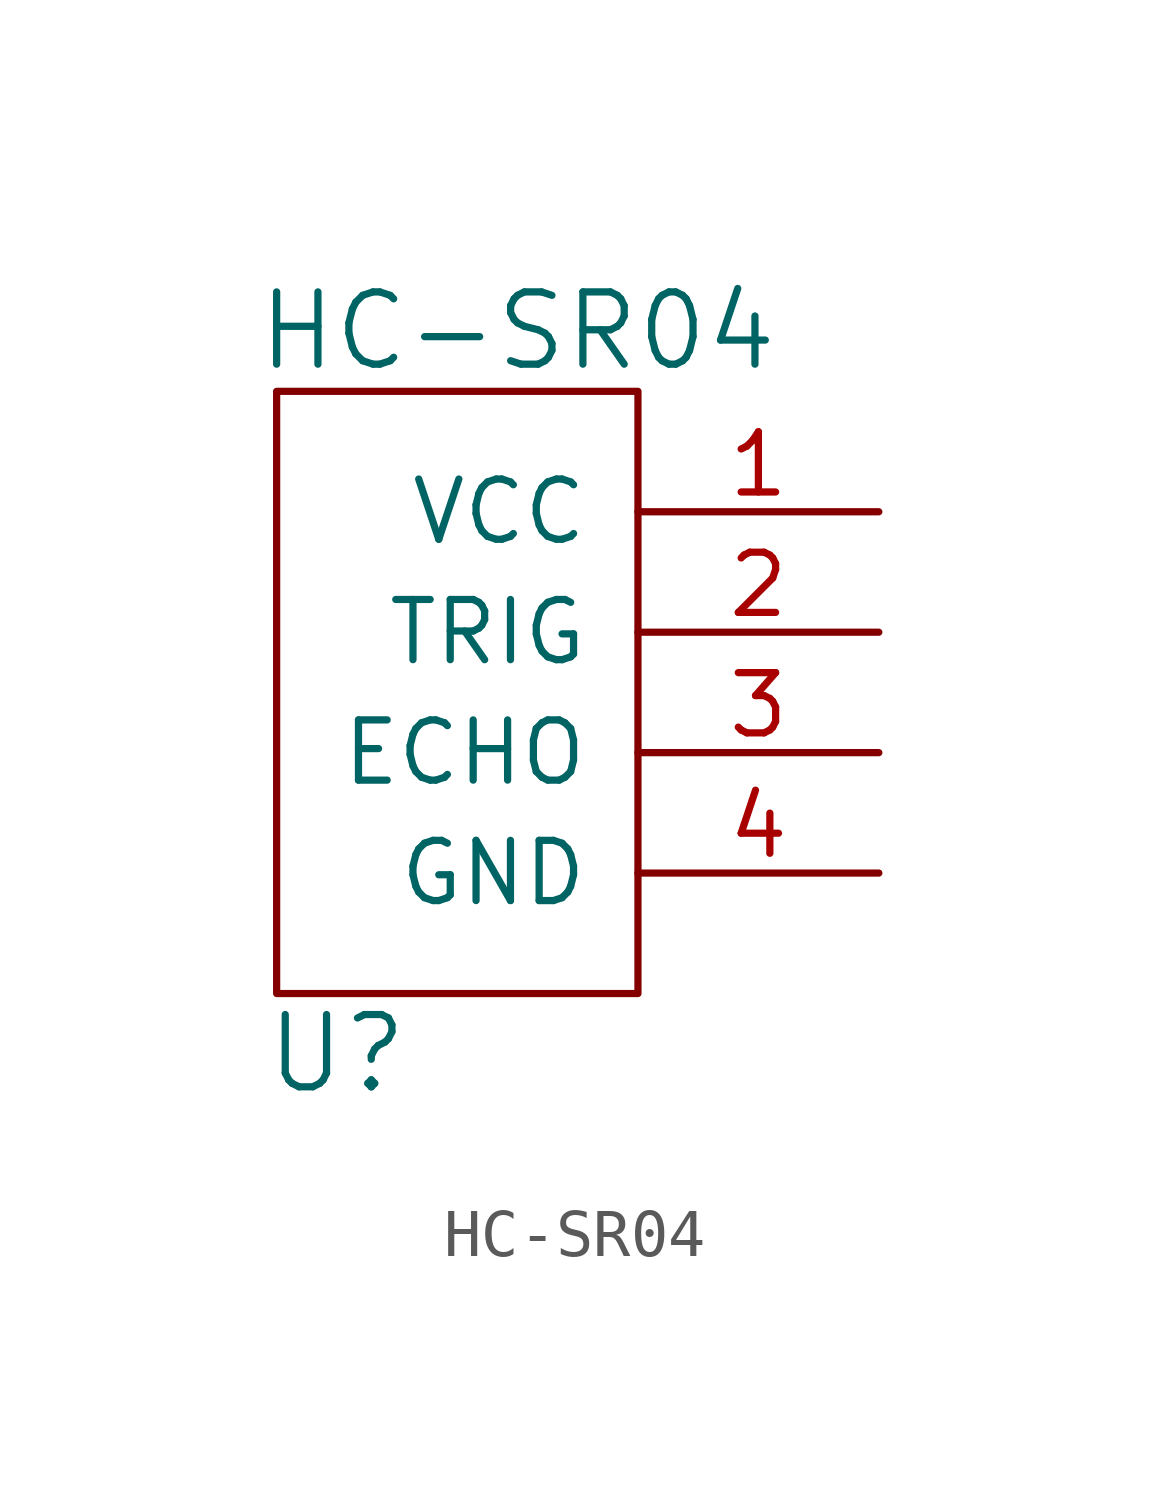
<source format=kicad_sym>
(kicad_symbol_lib
  (version 20211014)
  (generator kicad_symbol_editor)
  (symbol "HC-SR04"
    (pin_names
      (offset 1.016))
    (property "Reference" "U"
      (at -6.35 -7.62 0)
      (effects (font (size 1.524 1.524))))
    (property "Value" "HC-SR04"
      (at -2.54 7.62 0)
      (effects (font (size 1.524 1.524))))
    (property "Footprint" ""
      (at 0 0 0)
      (effects (font (size 1.524 1.524))))
    (property "Datasheet" ""
      (at 0 0 0)
      (effects (font (size 1.524 1.524))))
    (symbol "HC-SR04_0_1"
      (rectangle (start 0 6.35) (end -7.62 -6.35) (stroke (width 0) (type default) (color 0 0 0 0)) (fill (type none))))
    (symbol "HC-SR04_1_1"
      (pin input line (at 5.08 3.81 180) (length 5.08) (name "VCC" (effects (font (size 1.27 1.27)))) (number "1" (effects (font (size 1.27 1.27)))))
      (pin input line (at 5.08 1.27 180) (length 5.08) (name "TRIG" (effects (font (size 1.27 1.27)))) (number "2" (effects (font (size 1.27 1.27)))))
      (pin input line (at 5.08 -1.27 180) (length 5.08) (name "ECHO" (effects (font (size 1.27 1.27)))) (number "3" (effects (font (size 1.27 1.27)))))
      (pin input line (at 5.08 -3.81 180) (length 5.08) (name "GND" (effects (font (size 1.27 1.27)))) (number "4" (effects (font (size 1.27 1.27))))))))
</source>
